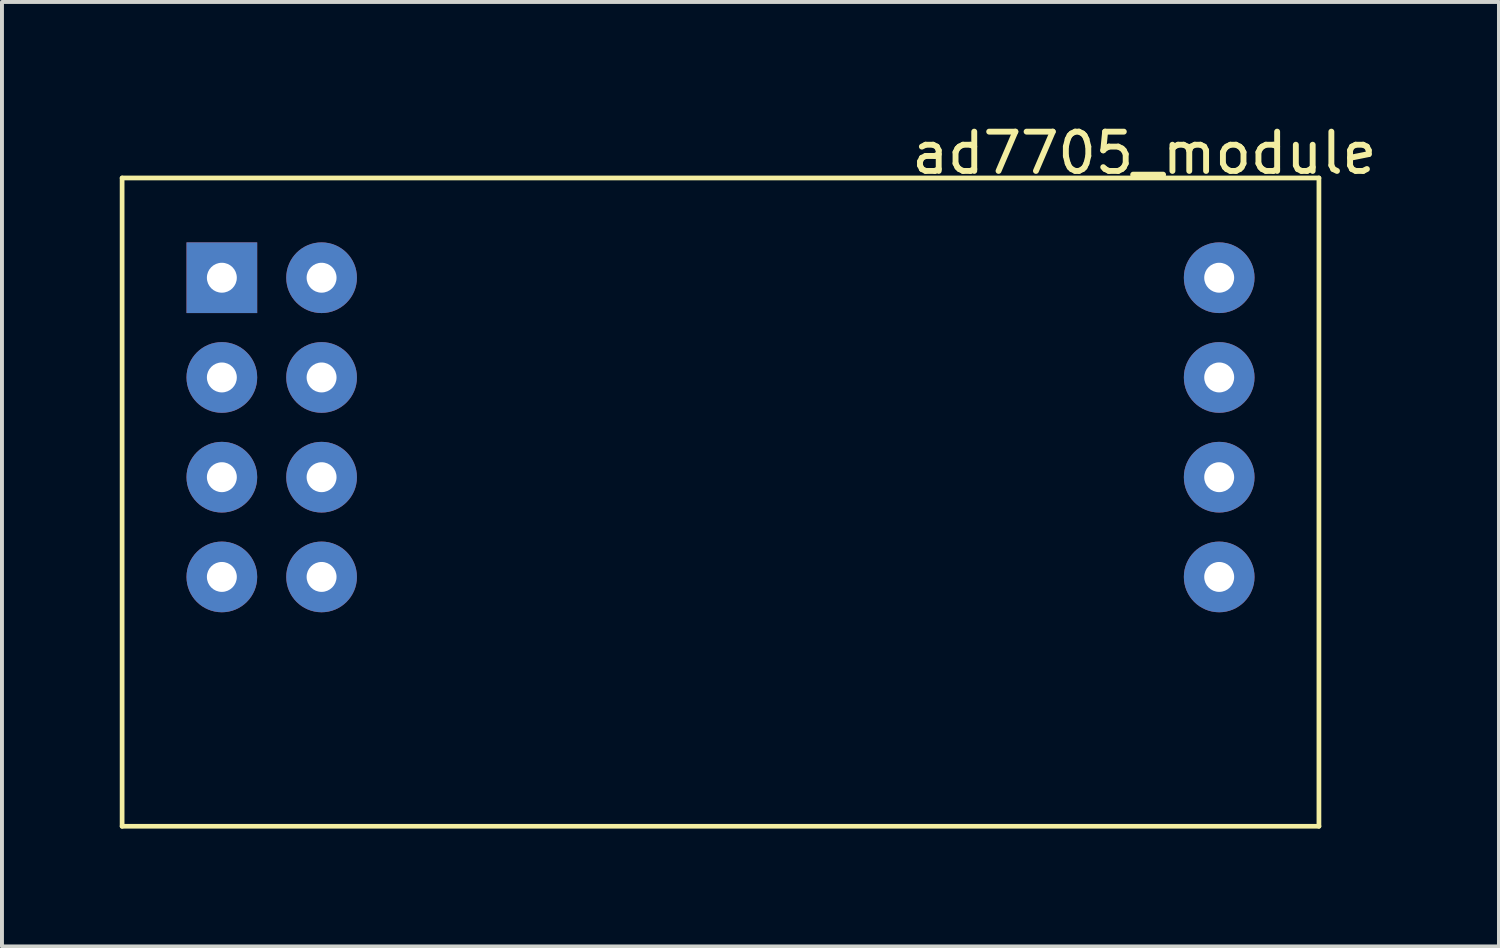
<source format=kicad_pcb>
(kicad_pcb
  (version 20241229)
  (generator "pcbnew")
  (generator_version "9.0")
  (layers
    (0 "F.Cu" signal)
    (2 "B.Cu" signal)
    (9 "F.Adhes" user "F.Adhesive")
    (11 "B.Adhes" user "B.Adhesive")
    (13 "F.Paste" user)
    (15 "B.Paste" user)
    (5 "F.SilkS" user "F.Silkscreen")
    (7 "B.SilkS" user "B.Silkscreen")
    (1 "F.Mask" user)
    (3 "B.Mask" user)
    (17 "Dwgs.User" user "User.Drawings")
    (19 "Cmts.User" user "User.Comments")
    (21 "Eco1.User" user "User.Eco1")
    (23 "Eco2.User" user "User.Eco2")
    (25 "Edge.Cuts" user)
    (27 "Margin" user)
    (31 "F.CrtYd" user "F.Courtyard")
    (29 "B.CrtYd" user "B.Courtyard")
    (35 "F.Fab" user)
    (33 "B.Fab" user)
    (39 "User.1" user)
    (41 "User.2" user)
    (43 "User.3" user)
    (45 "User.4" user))
  (footprint "ad7705_module"
    (layer "F.Cu")
    (at 15.3 9.103)
    (property "Reference" "ad7705_module" (at 10.795 -8.255 0) (layer "F.SilkS") (effects (font (size 1 1) (thickness 0.15))))
    (attr through_hole)
    (fp_line (start -15.24 -7.62) (end 15.24 -7.62) (stroke (width 0.12) (type solid)) (layer "F.SilkS"))
    (fp_line (start -15.24 8.89) (end -15.24 -7.62) (stroke (width 0.12) (type solid)) (layer "F.SilkS"))
    (fp_line (start 15.24 -7.62) (end 15.24 8.89) (stroke (width 0.12) (type solid)) (layer "F.SilkS"))
    (fp_line (start 15.24 8.89) (end -15.24 8.89) (stroke (width 0.12) (type solid)) (layer "F.SilkS"))
    (pad "1" thru_hole rect (at -12.7 -5.08) (size 1.8 1.8) (drill 0.762) (layers "*.Cu" "*.Mask"))
    (pad "2" thru_hole circle (at -10.16 -5.08) (size 1.8 1.8) (drill 0.762) (layers "*.Cu" "*.Mask"))
    (pad "3" thru_hole circle (at -12.7 -2.54) (size 1.8 1.8) (drill 0.762) (layers "*.Cu" "*.Mask"))
    (pad "4" thru_hole circle (at -10.16 -2.54) (size 1.8 1.8) (drill 0.762) (layers "*.Cu" "*.Mask"))
    (pad "5" thru_hole circle (at -12.7 0) (size 1.8 1.8) (drill 0.762) (layers "*.Cu" "*.Mask"))
    (pad "6" thru_hole circle (at -10.16 0) (size 1.8 1.8) (drill 0.762) (layers "*.Cu" "*.Mask"))
    (pad "7" thru_hole circle (at -12.7 2.54) (size 1.8 1.8) (drill 0.762) (layers "*.Cu" "*.Mask"))
    (pad "8" thru_hole circle (at -10.16 2.54) (size 1.8 1.8) (drill 0.762) (layers "*.Cu" "*.Mask"))
    (pad "9" thru_hole circle (at 12.7 -5.08) (size 1.8 1.8) (drill 0.762) (layers "*.Cu" "*.Mask"))
    (pad "10" thru_hole circle (at 12.7 -2.54) (size 1.8 1.8) (drill 0.762) (layers "*.Cu" "*.Mask"))
    (pad "11" thru_hole circle (at 12.7 0) (size 1.8 1.8) (drill 0.762) (layers "*.Cu" "*.Mask"))
    (pad "12" thru_hole circle (at 12.7 2.54) (size 1.8 1.8) (drill 0.762) (layers "*.Cu" "*.Mask")))
  (gr_rect
    (start -3 -3)
    (end 35.125 21.053)
    (stroke (width 0.1) (type default))
    (fill no)
    (layer "Edge.Cuts")))
</source>
